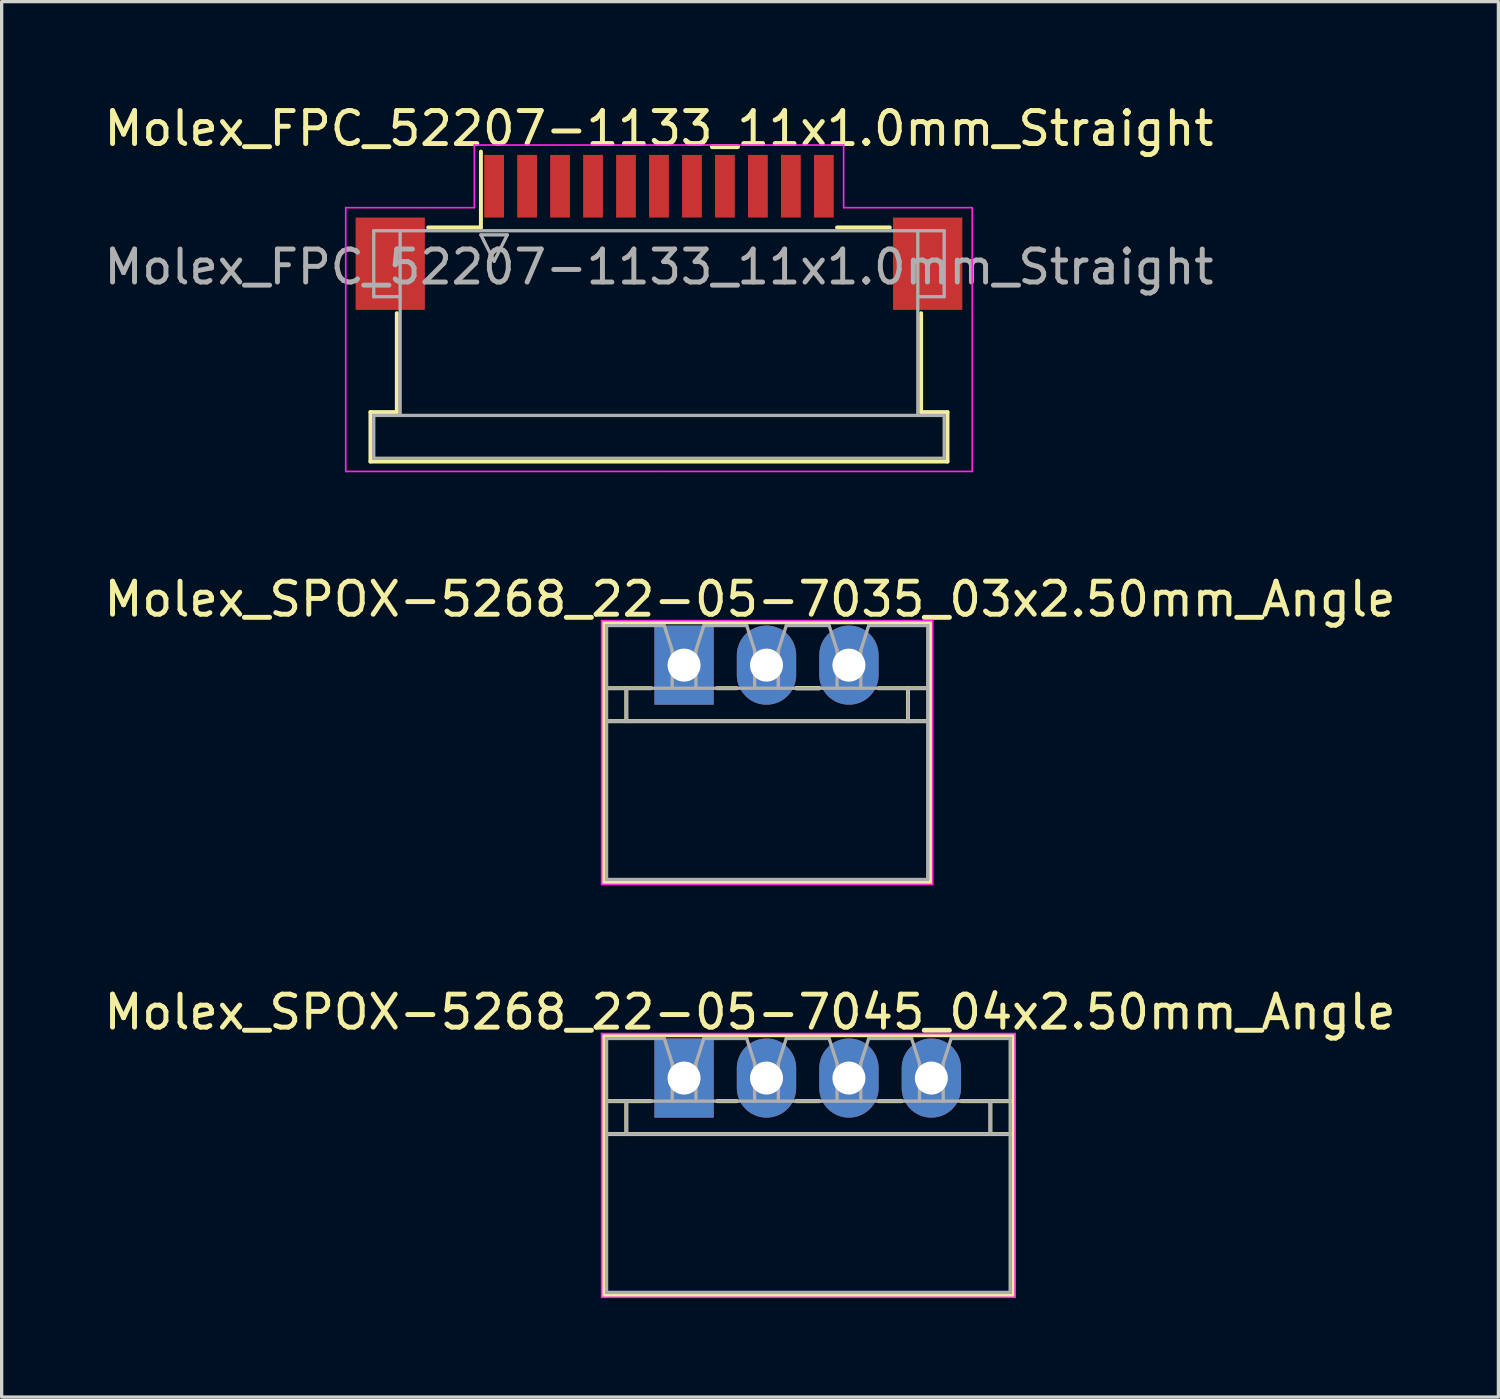
<source format=kicad_pcb>
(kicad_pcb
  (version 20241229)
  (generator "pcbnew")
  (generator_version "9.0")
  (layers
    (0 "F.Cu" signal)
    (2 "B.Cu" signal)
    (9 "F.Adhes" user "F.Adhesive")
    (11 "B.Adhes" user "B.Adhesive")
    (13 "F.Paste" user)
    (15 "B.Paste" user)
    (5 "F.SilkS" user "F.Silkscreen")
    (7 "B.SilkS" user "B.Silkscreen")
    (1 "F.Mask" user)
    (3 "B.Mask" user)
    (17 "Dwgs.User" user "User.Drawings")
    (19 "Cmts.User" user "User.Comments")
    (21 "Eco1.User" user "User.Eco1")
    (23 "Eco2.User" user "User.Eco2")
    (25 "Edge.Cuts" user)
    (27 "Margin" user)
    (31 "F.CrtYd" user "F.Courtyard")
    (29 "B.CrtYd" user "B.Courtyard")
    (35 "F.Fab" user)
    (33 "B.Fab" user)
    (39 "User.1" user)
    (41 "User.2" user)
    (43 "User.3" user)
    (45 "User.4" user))
  (footprint "Molex_SPOX-5268_22-05-7035_03x2.50mm_Angle"
    (layer "F.Cu")
    (at 17.696 17.122)
    (property "Reference" "Molex_SPOX-5268_22-05-7035_03x2.50mm_Angle" (at 2 -2 0) (layer "F.SilkS") (effects (font (size 1 1) (thickness 0.15))))
    (attr through_hole)
    (fp_line (start -2.45 -1.3) (end -2.45 6.6) (stroke (width 0.12) (type solid)) (layer "F.SilkS"))
    (fp_line (start -2.45 0.7) (end -1 0.7) (stroke (width 0.12) (type solid)) (layer "F.SilkS"))
    (fp_line (start -2.45 1.7) (end 7.49 1.7) (stroke (width 0.12) (type solid)) (layer "F.SilkS"))
    (fp_line (start -2.45 6.6) (end 7.49 6.6) (stroke (width 0.12) (type solid)) (layer "F.SilkS"))
    (fp_line (start -1.75 0.7) (end -1.75 1.7) (stroke (width 0.12) (type solid)) (layer "F.SilkS"))
    (fp_line (start 1 0.7) (end 1.6 0.7) (stroke (width 0.12) (type solid)) (layer "F.SilkS"))
    (fp_line (start 3.4 0.7) (end 4.1 0.7) (stroke (width 0.12) (type solid)) (layer "F.SilkS"))
    (fp_line (start 3.4 0.7) (end 4.1 0.7) (stroke (width 0.12) (type solid)) (layer "F.SilkS"))
    (fp_line (start 5.9 0.7) (end 7.49 0.7) (stroke (width 0.12) (type solid)) (layer "F.SilkS"))
    (fp_line (start 6.79 0.7) (end 6.79 1.7) (stroke (width 0.12) (type solid)) (layer "F.SilkS"))
    (fp_line (start 7.49 -1.3) (end -2.45 -1.3) (stroke (width 0.12) (type solid)) (layer "F.SilkS"))
    (fp_line (start 7.49 6.6) (end 7.49 -1.3) (stroke (width 0.12) (type solid)) (layer "F.SilkS"))
    (fp_line (start -2.5 -1.35) (end 7.54 -1.35) (stroke (width 0.05) (type solid)) (layer "F.CrtYd"))
    (fp_line (start -2.5 6.65) (end -2.5 -1.35) (stroke (width 0.05) (type solid)) (layer "F.CrtYd"))
    (fp_line (start 7.54 -1.35) (end 7.54 6.65) (stroke (width 0.05) (type solid)) (layer "F.CrtYd"))
    (fp_line (start 7.54 6.65) (end -2.5 6.65) (stroke (width 0.05) (type solid)) (layer "F.CrtYd"))
    (fp_line (start -2.35 -1.2) (end -2.35 6.5) (stroke (width 0.1) (type solid)) (layer "F.Fab"))
    (fp_line (start -2.35 0.7) (end 7.39 0.7) (stroke (width 0.1) (type solid)) (layer "F.Fab"))
    (fp_line (start -2.35 1.7) (end 7.39 1.7) (stroke (width 0.1) (type solid)) (layer "F.Fab"))
    (fp_line (start -2.35 6.5) (end 7.39 6.5) (stroke (width 0.1) (type solid)) (layer "F.Fab"))
    (fp_line (start -1.75 0.7) (end -1.75 1.7) (stroke (width 0.1) (type solid)) (layer "F.Fab"))
    (fp_line (start -0.6 -1.2) (end -2.35 -1.2) (stroke (width 0.1) (type solid)) (layer "F.Fab"))
    (fp_line (start -0.6 -1.2) (end -0.36 -0.45) (stroke (width 0.1) (type solid)) (layer "F.Fab"))
    (fp_line (start -0.36 -0.45) (end -0.36 0.7) (stroke (width 0.1) (type solid)) (layer "F.Fab"))
    (fp_line (start 0.36 -0.45) (end 0.6 -1.2) (stroke (width 0.1) (type solid)) (layer "F.Fab"))
    (fp_line (start 0.36 0.7) (end 0.36 -0.45) (stroke (width 0.1) (type solid)) (layer "F.Fab"))
    (fp_line (start 0.6 -1.2) (end 1.9 -1.2) (stroke (width 0.1) (type solid)) (layer "F.Fab"))
    (fp_line (start 1.9 -1.2) (end 2.14 -0.45) (stroke (width 0.1) (type solid)) (layer "F.Fab"))
    (fp_line (start 2.14 0.7) (end 2.14 -0.45) (stroke (width 0.1) (type solid)) (layer "F.Fab"))
    (fp_line (start 2.86 -0.45) (end 3.1 -1.2) (stroke (width 0.1) (type solid)) (layer "F.Fab"))
    (fp_line (start 2.86 0.7) (end 2.86 -0.45) (stroke (width 0.1) (type solid)) (layer "F.Fab"))
    (fp_line (start 2.86 0.7) (end 2.86 -0.45) (stroke (width 0.1) (type solid)) (layer "F.Fab"))
    (fp_line (start 3.1 -1.2) (end 4.4 -1.2) (stroke (width 0.1) (type solid)) (layer "F.Fab"))
    (fp_line (start 4.4 -1.2) (end 4.64 -0.45) (stroke (width 0.1) (type solid)) (layer "F.Fab"))
    (fp_line (start 4.64 0.7) (end 4.64 -0.45) (stroke (width 0.1) (type solid)) (layer "F.Fab"))
    (fp_line (start 5.36 -0.45) (end 5.6 -1.2) (stroke (width 0.1) (type solid)) (layer "F.Fab"))
    (fp_line (start 5.36 0.7) (end 5.36 -0.45) (stroke (width 0.1) (type solid)) (layer "F.Fab"))
    (fp_line (start 6.79 0.7) (end 6.79 1.7) (stroke (width 0.1) (type solid)) (layer "F.Fab"))
    (fp_line (start 7.39 -1.2) (end 5.6 -1.2) (stroke (width 0.1) (type solid)) (layer "F.Fab"))
    (fp_line (start 7.39 6.5) (end 7.39 -1.2) (stroke (width 0.1) (type solid)) (layer "F.Fab"))
    (fp_arc (start -0.36 0) (mid 0 -0.36) (end 0.36 0) (stroke (width 0.1) (type solid)) (layer "F.Fab"))
    (fp_arc (start 2.14 0) (mid 2.5 -0.36) (end 2.86 0) (stroke (width 0.1) (type solid)) (layer "F.Fab"))
    (fp_arc (start 4.64 0) (mid 5 -0.36) (end 5.36 0) (stroke (width 0.1) (type solid)) (layer "F.Fab"))
    (pad "1" thru_hole rect (at 0 0) (size 1.8 2.4) (drill 1) (layers "*.Cu" "*.Mask"))
    (pad "2" thru_hole oval (at 2.5 0) (size 1.8 2.4) (drill 1) (layers "*.Cu" "*.Mask"))
    (pad "3" thru_hole oval (at 5 0) (size 1.8 2.4) (drill 1) (layers "*.Cu" "*.Mask")))
  (footprint "Molex_FPC_52207-1133_11x1.0mm_Straight"
    (layer "F.Cu")
    (at 16.935 3.548)
    (property "Reference" "Molex_FPC_52207-1133_11x1.0mm_Straight" (at 0 -2.7 0) (layer "F.SilkS") (effects (font (size 1 1) (thickness 0.15))))
    (attr smd)
    (fp_line (start -8.75 7.4) (end -8.75 5.9) (stroke (width 0.12) (type solid)) (layer "F.SilkS"))
    (fp_line (start -8.75 7.4) (end 8.75 7.4) (stroke (width 0.12) (type solid)) (layer "F.SilkS"))
    (fp_line (start -7.95 5.9) (end -8.75 5.9) (stroke (width 0.12) (type solid)) (layer "F.SilkS"))
    (fp_line (start -7.95 5.9) (end -7.95 2.9) (stroke (width 0.12) (type solid)) (layer "F.SilkS"))
    (fp_line (start -5.4 -2) (end -5.4 0.3) (stroke (width 0.12) (type solid)) (layer "F.SilkS"))
    (fp_line (start -5.4 0.3) (end -7 0.3) (stroke (width 0.12) (type solid)) (layer "F.SilkS"))
    (fp_line (start 5.4 0.3) (end 7 0.3) (stroke (width 0.12) (type solid)) (layer "F.SilkS"))
    (fp_line (start 7.95 2.9) (end 7.95 5.9) (stroke (width 0.12) (type solid)) (layer "F.SilkS"))
    (fp_line (start 8.75 5.9) (end 7.95 5.9) (stroke (width 0.12) (type solid)) (layer "F.SilkS"))
    (fp_line (start 8.75 7.4) (end 8.75 5.9) (stroke (width 0.12) (type solid)) (layer "F.SilkS"))
    (fp_line (start -9.5 -0.3) (end -9.5 7.7) (stroke (width 0.05) (type solid)) (layer "F.CrtYd"))
    (fp_line (start -9.5 7.7) (end 0 7.7) (stroke (width 0.05) (type solid)) (layer "F.CrtYd"))
    (fp_line (start -5.6 -2.2) (end -5.6 -0.3) (stroke (width 0.05) (type solid)) (layer "F.CrtYd"))
    (fp_line (start -5.6 -0.3) (end -9.5 -0.3) (stroke (width 0.05) (type solid)) (layer "F.CrtYd"))
    (fp_line (start 0 -2.2) (end -5.6 -2.2) (stroke (width 0.05) (type solid)) (layer "F.CrtYd"))
    (fp_line (start 0 -2.2) (end 5.6 -2.2) (stroke (width 0.05) (type solid)) (layer "F.CrtYd"))
    (fp_line (start 5.6 -2.2) (end 5.6 -0.3) (stroke (width 0.05) (type solid)) (layer "F.CrtYd"))
    (fp_line (start 5.6 -0.3) (end 9.5 -0.3) (stroke (width 0.05) (type solid)) (layer "F.CrtYd"))
    (fp_line (start 9.5 -0.3) (end 9.5 7.7) (stroke (width 0.05) (type solid)) (layer "F.CrtYd"))
    (fp_line (start 9.5 7.7) (end 0 7.7) (stroke (width 0.05) (type solid)) (layer "F.CrtYd"))
    (fp_line (start -8.65 0.4) (end -8.65 2.4) (stroke (width 0.1) (type solid)) (layer "F.Fab"))
    (fp_line (start -8.65 0.4) (end -7.85 0.4) (stroke (width 0.1) (type solid)) (layer "F.Fab"))
    (fp_line (start -8.65 7.3) (end -8.65 6) (stroke (width 0.1) (type solid)) (layer "F.Fab"))
    (fp_line (start -8.65 7.3) (end 8.65 7.3) (stroke (width 0.1) (type solid)) (layer "F.Fab"))
    (fp_line (start -7.85 0.4) (end -7.85 6) (stroke (width 0.1) (type solid)) (layer "F.Fab"))
    (fp_line (start -7.85 2.4) (end -8.65 2.4) (stroke (width 0.1) (type solid)) (layer "F.Fab"))
    (fp_line (start -7.85 6) (end -8.65 6) (stroke (width 0.1) (type solid)) (layer "F.Fab"))
    (fp_line (start -5.4 0.525) (end -5 1.325) (stroke (width 0.1) (type solid)) (layer "F.Fab"))
    (fp_line (start -5 1.325) (end -4.6 0.525) (stroke (width 0.1) (type solid)) (layer "F.Fab"))
    (fp_line (start -4.6 0.525) (end -5.4 0.525) (stroke (width 0.1) (type solid)) (layer "F.Fab"))
    (fp_line (start 7.85 0.4) (end -7.85 0.4) (stroke (width 0.1) (type solid)) (layer "F.Fab"))
    (fp_line (start 7.85 0.4) (end 7.85 6) (stroke (width 0.1) (type solid)) (layer "F.Fab"))
    (fp_line (start 7.85 0.4) (end 8.65 0.4) (stroke (width 0.1) (type solid)) (layer "F.Fab"))
    (fp_line (start 7.85 2.4) (end 8.65 2.4) (stroke (width 0.1) (type solid)) (layer "F.Fab"))
    (fp_line (start 7.85 6) (end -7.85 6) (stroke (width 0.1) (type solid)) (layer "F.Fab"))
    (fp_line (start 7.85 6) (end 8.65 6) (stroke (width 0.1) (type solid)) (layer "F.Fab"))
    (fp_line (start 8.65 0.4) (end 8.65 2.4) (stroke (width 0.1) (type solid)) (layer "F.Fab"))
    (fp_line (start 8.65 7.3) (end 8.65 6) (stroke (width 0.1) (type solid)) (layer "F.Fab"))
    (fp_text user "${REFERENCE}" (at 0 1.5 0) (layer "F.Fab") (effects (font (size 1 1) (thickness 0.15))))
    (pad "" smd rect (at -8.15 1.4) (size 2.1 2.8) (layers "F.Cu" "F.Mask" "F.Paste"))
    (pad "" smd rect (at 8.15 1.4) (size 2.1 2.8) (layers "F.Cu" "F.Mask" "F.Paste"))
    (pad "1" smd rect (at -5 -0.95) (size 0.6 1.9) (layers "F.Cu" "F.Mask" "F.Paste"))
    (pad "2" smd rect (at -4 -0.95) (size 0.6 1.9) (layers "F.Cu" "F.Mask" "F.Paste"))
    (pad "3" smd rect (at -3 -0.95) (size 0.6 1.9) (layers "F.Cu" "F.Mask" "F.Paste"))
    (pad "4" smd rect (at -2 -0.95) (size 0.6 1.9) (layers "F.Cu" "F.Mask" "F.Paste"))
    (pad "5" smd rect (at -1 -0.95) (size 0.6 1.9) (layers "F.Cu" "F.Mask" "F.Paste"))
    (pad "6" smd rect (at 0 -0.95) (size 0.6 1.9) (layers "F.Cu" "F.Mask" "F.Paste"))
    (pad "7" smd rect (at 1 -0.95) (size 0.6 1.9) (layers "F.Cu" "F.Mask" "F.Paste"))
    (pad "8" smd rect (at 2 -0.95) (size 0.6 1.9) (layers "F.Cu" "F.Mask" "F.Paste"))
    (pad "9" smd rect (at 3 -0.95) (size 0.6 1.9) (layers "F.Cu" "F.Mask" "F.Paste"))
    (pad "10" smd rect (at 4 -0.95) (size 0.6 1.9) (layers "F.Cu" "F.Mask" "F.Paste"))
    (pad "11" smd rect (at 5 -0.95) (size 0.6 1.9) (layers "F.Cu" "F.Mask" "F.Paste")))
  (footprint "Molex_SPOX-5268_22-05-7045_04x2.50mm_Angle"
    (layer "F.Cu")
    (at 17.696 29.645)
    (property "Reference" "Molex_SPOX-5268_22-05-7045_04x2.50mm_Angle" (at 2 -2 0) (layer "F.SilkS") (effects (font (size 1 1) (thickness 0.15))))
    (attr through_hole)
    (fp_line (start -2.45 -1.3) (end -2.45 6.6) (stroke (width 0.12) (type solid)) (layer "F.SilkS"))
    (fp_line (start -2.45 0.7) (end -1 0.7) (stroke (width 0.12) (type solid)) (layer "F.SilkS"))
    (fp_line (start -2.45 1.7) (end 9.99 1.7) (stroke (width 0.12) (type solid)) (layer "F.SilkS"))
    (fp_line (start -2.45 6.6) (end 9.99 6.6) (stroke (width 0.12) (type solid)) (layer "F.SilkS"))
    (fp_line (start -1.75 0.7) (end -1.75 1.7) (stroke (width 0.12) (type solid)) (layer "F.SilkS"))
    (fp_line (start 1 0.7) (end 1.6 0.7) (stroke (width 0.12) (type solid)) (layer "F.SilkS"))
    (fp_line (start 3.4 0.7) (end 4.1 0.7) (stroke (width 0.12) (type solid)) (layer "F.SilkS"))
    (fp_line (start 5.9 0.7) (end 6.6 0.7) (stroke (width 0.12) (type solid)) (layer "F.SilkS"))
    (fp_line (start 8.4 0.7) (end 9.99 0.7) (stroke (width 0.12) (type solid)) (layer "F.SilkS"))
    (fp_line (start 9.29 0.7) (end 9.29 1.7) (stroke (width 0.12) (type solid)) (layer "F.SilkS"))
    (fp_line (start 9.99 -1.3) (end -2.45 -1.3) (stroke (width 0.12) (type solid)) (layer "F.SilkS"))
    (fp_line (start 9.99 6.6) (end 9.99 -1.3) (stroke (width 0.12) (type solid)) (layer "F.SilkS"))
    (fp_line (start -2.5 -1.35) (end 10.04 -1.35) (stroke (width 0.05) (type solid)) (layer "F.CrtYd"))
    (fp_line (start -2.5 6.65) (end -2.5 -1.35) (stroke (width 0.05) (type solid)) (layer "F.CrtYd"))
    (fp_line (start 10.04 -1.35) (end 10.04 6.65) (stroke (width 0.05) (type solid)) (layer "F.CrtYd"))
    (fp_line (start 10.04 6.65) (end -2.5 6.65) (stroke (width 0.05) (type solid)) (layer "F.CrtYd"))
    (fp_line (start -2.35 -1.2) (end -2.35 6.5) (stroke (width 0.1) (type solid)) (layer "F.Fab"))
    (fp_line (start -2.35 0.7) (end 9.89 0.7) (stroke (width 0.1) (type solid)) (layer "F.Fab"))
    (fp_line (start -2.35 1.7) (end 9.89 1.7) (stroke (width 0.1) (type solid)) (layer "F.Fab"))
    (fp_line (start -2.35 6.5) (end 9.89 6.5) (stroke (width 0.1) (type solid)) (layer "F.Fab"))
    (fp_line (start -1.75 0.7) (end -1.75 1.7) (stroke (width 0.1) (type solid)) (layer "F.Fab"))
    (fp_line (start -0.6 -1.2) (end -2.35 -1.2) (stroke (width 0.1) (type solid)) (layer "F.Fab"))
    (fp_line (start -0.6 -1.2) (end -0.36 -0.45) (stroke (width 0.1) (type solid)) (layer "F.Fab"))
    (fp_line (start -0.36 -0.45) (end -0.36 0.7) (stroke (width 0.1) (type solid)) (layer "F.Fab"))
    (fp_line (start 0.36 -0.45) (end 0.6 -1.2) (stroke (width 0.1) (type solid)) (layer "F.Fab"))
    (fp_line (start 0.36 0.7) (end 0.36 -0.45) (stroke (width 0.1) (type solid)) (layer "F.Fab"))
    (fp_line (start 0.6 -1.2) (end 1.9 -1.2) (stroke (width 0.1) (type solid)) (layer "F.Fab"))
    (fp_line (start 1.9 -1.2) (end 2.14 -0.45) (stroke (width 0.1) (type solid)) (layer "F.Fab"))
    (fp_line (start 2.14 0.7) (end 2.14 -0.45) (stroke (width 0.1) (type solid)) (layer "F.Fab"))
    (fp_line (start 2.86 -0.45) (end 3.1 -1.2) (stroke (width 0.1) (type solid)) (layer "F.Fab"))
    (fp_line (start 2.86 0.7) (end 2.86 -0.45) (stroke (width 0.1) (type solid)) (layer "F.Fab"))
    (fp_line (start 3.1 -1.2) (end 4.4 -1.2) (stroke (width 0.1) (type solid)) (layer "F.Fab"))
    (fp_line (start 4.4 -1.2) (end 4.64 -0.45) (stroke (width 0.1) (type solid)) (layer "F.Fab"))
    (fp_line (start 4.64 0.7) (end 4.64 -0.45) (stroke (width 0.1) (type solid)) (layer "F.Fab"))
    (fp_line (start 5.36 -0.45) (end 5.6 -1.2) (stroke (width 0.1) (type solid)) (layer "F.Fab"))
    (fp_line (start 5.36 0.7) (end 5.36 -0.45) (stroke (width 0.1) (type solid)) (layer "F.Fab"))
    (fp_line (start 5.6 -1.2) (end 6.9 -1.2) (stroke (width 0.1) (type solid)) (layer "F.Fab"))
    (fp_line (start 6.9 -1.2) (end 7.14 -0.45) (stroke (width 0.1) (type solid)) (layer "F.Fab"))
    (fp_line (start 7.14 0.7) (end 7.14 -0.45) (stroke (width 0.1) (type solid)) (layer "F.Fab"))
    (fp_line (start 7.86 -0.45) (end 8.1 -1.2) (stroke (width 0.1) (type solid)) (layer "F.Fab"))
    (fp_line (start 7.86 0.7) (end 7.86 -0.45) (stroke (width 0.1) (type solid)) (layer "F.Fab"))
    (fp_line (start 9.29 0.7) (end 9.29 1.7) (stroke (width 0.1) (type solid)) (layer "F.Fab"))
    (fp_line (start 9.89 -1.2) (end 8.1 -1.2) (stroke (width 0.1) (type solid)) (layer "F.Fab"))
    (fp_line (start 9.89 6.5) (end 9.89 -1.2) (stroke (width 0.1) (type solid)) (layer "F.Fab"))
    (fp_arc (start -0.36 0) (mid 0 -0.36) (end 0.36 0) (stroke (width 0.1) (type solid)) (layer "F.Fab"))
    (fp_arc (start 2.14 0) (mid 2.5 -0.36) (end 2.86 0) (stroke (width 0.1) (type solid)) (layer "F.Fab"))
    (fp_arc (start 4.64 0) (mid 5 -0.36) (end 5.36 0) (stroke (width 0.1) (type solid)) (layer "F.Fab"))
    (fp_arc (start 7.14 0) (mid 7.5 -0.36) (end 7.86 0) (stroke (width 0.1) (type solid)) (layer "F.Fab"))
    (pad "1" thru_hole rect (at 0 0) (size 1.8 2.4) (drill 1) (layers "*.Cu" "*.Mask"))
    (pad "2" thru_hole oval (at 2.5 0) (size 1.8 2.4) (drill 1) (layers "*.Cu" "*.Mask"))
    (pad "3" thru_hole oval (at 5 0) (size 1.8 2.4) (drill 1) (layers "*.Cu" "*.Mask"))
    (pad "4" thru_hole oval (at 7.5 0) (size 1.8 2.4) (drill 1) (layers "*.Cu" "*.Mask")))
  (gr_rect
    (start -3 -3)
    (end 42.393 39.32)
    (stroke (width 0.1) (type default))
    (fill no)
    (layer "Edge.Cuts")))
</source>
